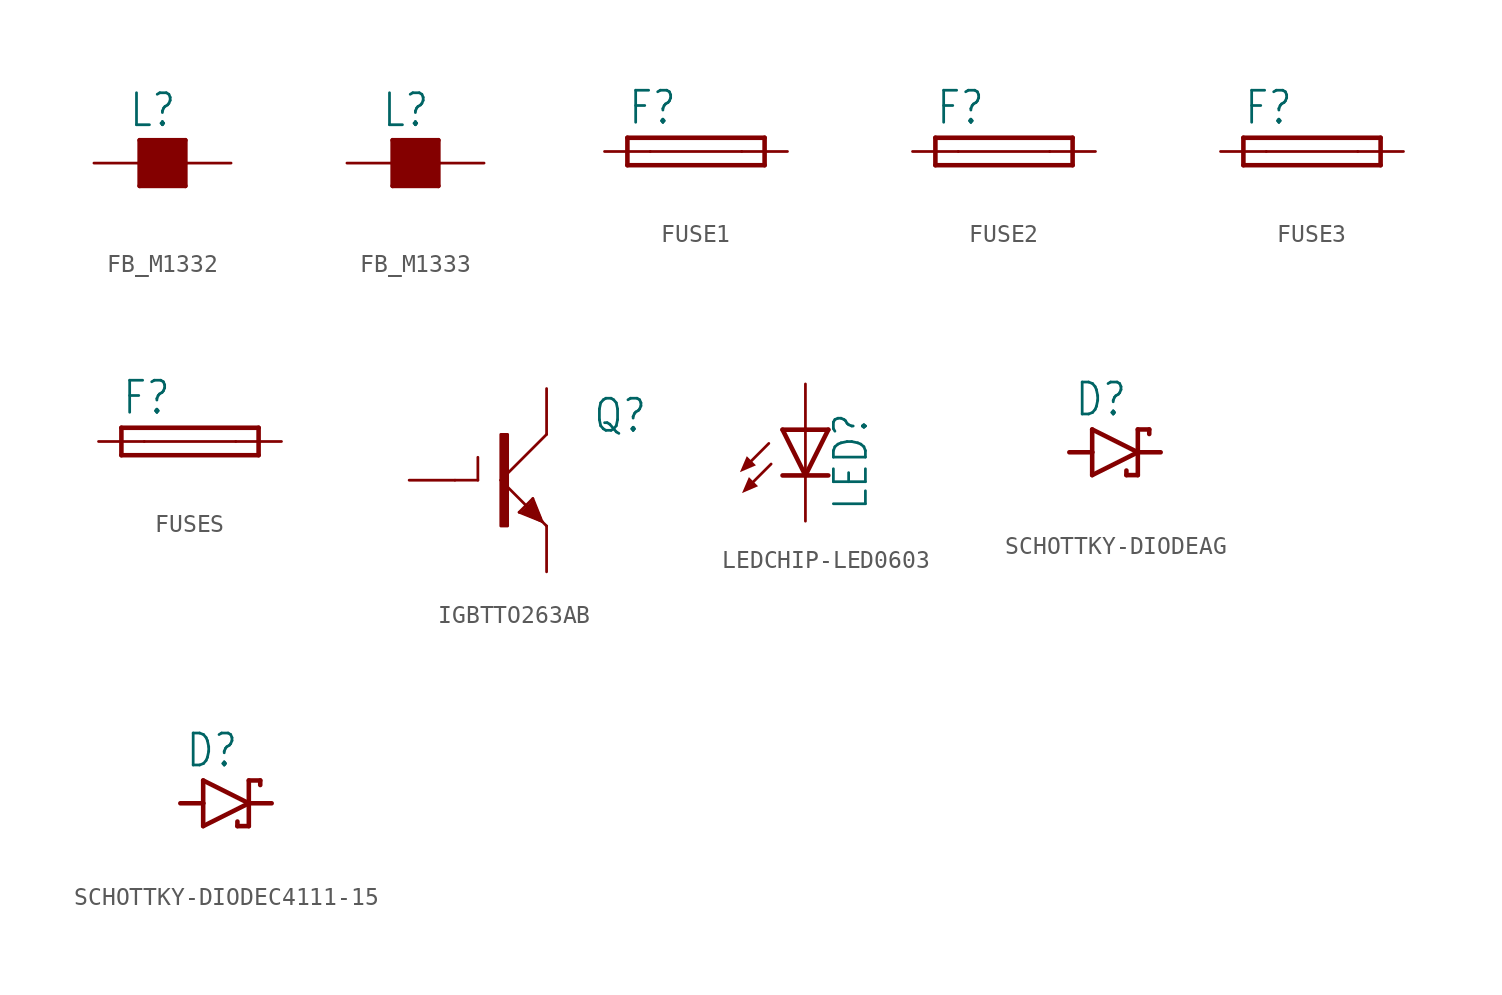
<source format=kicad_sym>
(kicad_symbol_lib
  (version 20241209)
  (generator "kicad_symbol_editor")
  (generator_version "9.0")
  (symbol "FB_M1332"
    (property "Reference" "L"
      (at -0.635 1.905 0)
      (effects (font (size 1.778 1.511)) (justify left bottom)))
    (property "Value" ""
      (at -2.54 -3.81 0)
      (effects (font (size 1.778 1.511)) (justify left bottom)))
    (property "ki_locked" ""
      (at 0 0 0)
      (effects (font (size 1.27 1.27))))
    (symbol "FB_M1332_1_0"
      (polyline (pts (xy 0 1.27) (xy 2.54 1.27)) (stroke (width 0.254) (type solid)) (fill (type none)))
      (polyline (pts (xy 0 0) (xy 0 1.27)) (stroke (width 0.254) (type solid)) (fill (type none)))
      (polyline (pts (xy 0 0) (xy 2.54 0)) (stroke (width 0.152) (type solid)) (fill (type none)))
      (polyline (pts (xy 0 -1.27) (xy 0 0)) (stroke (width 0.254) (type solid)) (fill (type none)))
      (rectangle (start 0 -1.27) (end 2.54 1.27) (stroke (width 0) (type default)) (fill (type outline)))
      (polyline (pts (xy 2.54 1.27) (xy 2.54 0)) (stroke (width 0.254) (type solid)) (fill (type none)))
      (polyline (pts (xy 2.54 0) (xy 2.54 -1.27)) (stroke (width 0.254) (type solid)) (fill (type none)))
      (polyline (pts (xy 2.54 -1.27) (xy 0 -1.27)) (stroke (width 0.254) (type solid)) (fill (type none)))
      (pin passive line (at -2.54 0 0) (length 2.54) (name "1" (effects (font (size 0 0)))) (number "1" (effects (font (size 0 0)))))
      (pin passive line (at 5.08 0 180) (length 2.54) (name "2" (effects (font (size 0 0)))) (number "2" (effects (font (size 0 0)))))))
  (symbol "FB_M1333"
    (property "Reference" "L"
      (at -0.635 1.905 0)
      (effects (font (size 1.778 1.511)) (justify left bottom)))
    (property "Value" ""
      (at -2.54 -3.81 0)
      (effects (font (size 1.778 1.511)) (justify left bottom)))
    (property "ki_locked" ""
      (at 0 0 0)
      (effects (font (size 1.27 1.27))))
    (symbol "FB_M1333_1_0"
      (polyline (pts (xy 0 1.27) (xy 2.54 1.27)) (stroke (width 0.254) (type solid)) (fill (type none)))
      (polyline (pts (xy 0 0) (xy 0 1.27)) (stroke (width 0.254) (type solid)) (fill (type none)))
      (polyline (pts (xy 0 0) (xy 2.54 0)) (stroke (width 0.152) (type solid)) (fill (type none)))
      (polyline (pts (xy 0 -1.27) (xy 0 0)) (stroke (width 0.254) (type solid)) (fill (type none)))
      (rectangle (start 0 -1.27) (end 2.54 1.27) (stroke (width 0) (type default)) (fill (type outline)))
      (polyline (pts (xy 2.54 1.27) (xy 2.54 0)) (stroke (width 0.254) (type solid)) (fill (type none)))
      (polyline (pts (xy 2.54 0) (xy 2.54 -1.27)) (stroke (width 0.254) (type solid)) (fill (type none)))
      (polyline (pts (xy 2.54 -1.27) (xy 0 -1.27)) (stroke (width 0.254) (type solid)) (fill (type none)))
      (pin passive line (at -2.54 0 0) (length 2.54) (name "1" (effects (font (size 0 0)))) (number "1" (effects (font (size 0 0)))))
      (pin passive line (at 5.08 0 180) (length 2.54) (name "2" (effects (font (size 0 0)))) (number "2" (effects (font (size 0 0)))))))
  (symbol "FUSE1"
    (property "Reference" "F"
      (at -3.81 1.397 0)
      (effects (font (size 1.778 1.511)) (justify left bottom)))
    (property "Value" ""
      (at -3.81 -2.921 0)
      (effects (font (size 1.778 1.511)) (justify left bottom)))
    (property "ki_locked" ""
      (at 0 0 0)
      (effects (font (size 1.27 1.27))))
    (symbol "FUSE1_1_0"
      (polyline (pts (xy -3.81 0.762) (xy -3.81 -0.762)) (stroke (width 0.254) (type solid)) (fill (type none)))
      (polyline (pts (xy -3.81 -0.762) (xy 3.81 -0.762)) (stroke (width 0.254) (type solid)) (fill (type none)))
      (polyline (pts (xy -2.54 0) (xy 2.54 0)) (stroke (width 0.152) (type solid)) (fill (type none)))
      (polyline (pts (xy 3.81 0.762) (xy -3.81 0.762)) (stroke (width 0.254) (type solid)) (fill (type none)))
      (polyline (pts (xy 3.81 -0.762) (xy 3.81 0.762)) (stroke (width 0.254) (type solid)) (fill (type none)))
      (pin passive line (at -5.08 0 0) (length 2.54) (name "1" (effects (font (size 0 0)))) (number "P$1" (effects (font (size 0 0)))))
      (pin passive line (at 5.08 0 180) (length 2.54) (name "2" (effects (font (size 0 0)))) (number "P$2" (effects (font (size 0 0)))))))
  (symbol "FUSE2"
    (property "Reference" "F"
      (at -3.81 1.397 0)
      (effects (font (size 1.778 1.511)) (justify left bottom)))
    (property "Value" ""
      (at -3.81 -2.921 0)
      (effects (font (size 1.778 1.511)) (justify left bottom)))
    (property "ki_locked" ""
      (at 0 0 0)
      (effects (font (size 1.27 1.27))))
    (symbol "FUSE2_1_0"
      (polyline (pts (xy -3.81 0.762) (xy -3.81 -0.762)) (stroke (width 0.254) (type solid)) (fill (type none)))
      (polyline (pts (xy -3.81 -0.762) (xy 3.81 -0.762)) (stroke (width 0.254) (type solid)) (fill (type none)))
      (polyline (pts (xy -2.54 0) (xy 2.54 0)) (stroke (width 0.152) (type solid)) (fill (type none)))
      (polyline (pts (xy 3.81 0.762) (xy -3.81 0.762)) (stroke (width 0.254) (type solid)) (fill (type none)))
      (polyline (pts (xy 3.81 -0.762) (xy 3.81 0.762)) (stroke (width 0.254) (type solid)) (fill (type none)))
      (pin passive line (at -5.08 0 0) (length 2.54) (name "1" (effects (font (size 0 0)))) (number "P$1" (effects (font (size 0 0)))))
      (pin passive line (at 5.08 0 180) (length 2.54) (name "2" (effects (font (size 0 0)))) (number "P$2" (effects (font (size 0 0)))))))
  (symbol "FUSE3"
    (property "Reference" "F"
      (at -3.81 1.397 0)
      (effects (font (size 1.778 1.511)) (justify left bottom)))
    (property "Value" ""
      (at -3.81 -2.921 0)
      (effects (font (size 1.778 1.511)) (justify left bottom)))
    (property "ki_locked" ""
      (at 0 0 0)
      (effects (font (size 1.27 1.27))))
    (symbol "FUSE3_1_0"
      (polyline (pts (xy -3.81 0.762) (xy -3.81 -0.762)) (stroke (width 0.254) (type solid)) (fill (type none)))
      (polyline (pts (xy -3.81 -0.762) (xy 3.81 -0.762)) (stroke (width 0.254) (type solid)) (fill (type none)))
      (polyline (pts (xy -2.54 0) (xy 2.54 0)) (stroke (width 0.152) (type solid)) (fill (type none)))
      (polyline (pts (xy 3.81 0.762) (xy -3.81 0.762)) (stroke (width 0.254) (type solid)) (fill (type none)))
      (polyline (pts (xy 3.81 -0.762) (xy 3.81 0.762)) (stroke (width 0.254) (type solid)) (fill (type none)))
      (pin passive line (at -5.08 0 0) (length 2.54) (name "1" (effects (font (size 0 0)))) (number "1A" (effects (font (size 0 0)))))
      (pin passive line (at 5.08 0 180) (length 2.54) (name "2" (effects (font (size 0 0)))) (number "2B" (effects (font (size 0 0)))))))
  (symbol "FUSES"
    (property "Reference" "F"
      (at -3.81 1.397 0)
      (effects (font (size 1.778 1.511)) (justify left bottom)))
    (property "Value" ""
      (at -3.81 -2.921 0)
      (effects (font (size 1.778 1.511)) (justify left bottom)))
    (property "ki_locked" ""
      (at 0 0 0)
      (effects (font (size 1.27 1.27))))
    (symbol "FUSES_1_0"
      (polyline (pts (xy -3.81 0.762) (xy -3.81 -0.762)) (stroke (width 0.254) (type solid)) (fill (type none)))
      (polyline (pts (xy -3.81 -0.762) (xy 3.81 -0.762)) (stroke (width 0.254) (type solid)) (fill (type none)))
      (polyline (pts (xy -2.54 0) (xy 2.54 0)) (stroke (width 0.152) (type solid)) (fill (type none)))
      (polyline (pts (xy 3.81 0.762) (xy -3.81 0.762)) (stroke (width 0.254) (type solid)) (fill (type none)))
      (polyline (pts (xy 3.81 -0.762) (xy 3.81 0.762)) (stroke (width 0.254) (type solid)) (fill (type none)))
      (pin passive line (at -5.08 0 0) (length 2.54) (name "1" (effects (font (size 0 0)))) (number "1" (effects (font (size 0 0)))))
      (pin passive line (at 5.08 0 180) (length 2.54) (name "2" (effects (font (size 0 0)))) (number "2" (effects (font (size 0 0)))))))
  (symbol "IGBTTO263AB"
    (property "Reference" "Q"
      (at 5.08 2.54 0)
      (effects (font (size 1.778 1.511)) (justify left bottom)))
    (property "Value" ""
      (at 5.08 0 0)
      (effects (font (size 1.778 1.511)) (justify left bottom)))
    (property "ki_locked" ""
      (at 0 0 0)
      (effects (font (size 1.27 1.27))))
    (symbol "IGBTTO263AB_1_0"
      (polyline (pts (xy -2.54 0) (xy -1.27 0)) (stroke (width 0.152) (type solid)) (fill (type none)))
      (polyline (pts (xy -1.27 0) (xy -1.27 1.27)) (stroke (width 0.152) (type solid)) (fill (type none)))
      (polyline (pts (xy 0 0) (xy 1.524 -1.524)) (stroke (width 0.152) (type solid)) (fill (type none)))
      (rectangle (start 0 -2.54) (end 0.381 2.54) (stroke (width 0) (type default)) (fill (type outline)))
      (polyline (pts (xy 1.016 -1.778) (xy 1.778 -1.016)) (stroke (width 0.152) (type solid)) (fill (type none)))
      (polyline (pts (xy 1.27 -1.778) (xy 2.159 -2.159)) (stroke (width 0.254) (type solid)) (fill (type none)))
      (polyline (pts (xy 1.524 -1.524) (xy 1.27 -1.778)) (stroke (width 0.254) (type solid)) (fill (type none)))
      (polyline (pts (xy 1.524 -1.778) (xy 1.778 -1.524)) (stroke (width 0.254) (type solid)) (fill (type none)))
      (polyline (pts (xy 1.778 -1.016) (xy 2.286 -2.286)) (stroke (width 0.152) (type solid)) (fill (type none)))
      (polyline (pts (xy 1.778 -1.27) (xy 1.524 -1.524)) (stroke (width 0.254) (type solid)) (fill (type none)))
      (polyline (pts (xy 2.159 -2.159) (xy 1.524 -1.524)) (stroke (width 0.254) (type solid)) (fill (type none)))
      (polyline (pts (xy 2.159 -2.159) (xy 1.778 -1.27)) (stroke (width 0.254) (type solid)) (fill (type none)))
      (polyline (pts (xy 2.159 -2.159) (xy 2.286 -2.286)) (stroke (width 0.152) (type solid)) (fill (type none)))
      (polyline (pts (xy 2.286 -2.286) (xy 1.016 -1.778)) (stroke (width 0.152) (type solid)) (fill (type none)))
      (polyline (pts (xy 2.286 -2.286) (xy 2.54 -2.54)) (stroke (width 0.152) (type solid)) (fill (type none)))
      (polyline (pts (xy 2.54 2.54) (xy 0 0)) (stroke (width 0.152) (type solid)) (fill (type none)))
      (pin passive line (at -5.08 0 0) (length 2.54) (name "G" (effects (font (size 0 0)))) (number "1" (effects (font (size 0 0)))))
      (pin passive line (at 2.54 5.08 270) (length 2.54) (name "C" (effects (font (size 0 0)))) (number "2" (effects (font (size 0 0)))))
      (pin passive line (at 2.54 -5.08 90) (length 2.54) (name "E" (effects (font (size 0 0)))) (number "3" (effects (font (size 0 0)))))))
  (symbol "LEDCHIP-LED0603"
    (property "Reference" "LED"
      (at 3.556 -4.572 90)
      (effects (font (size 1.778 1.511)) (justify left bottom)))
    (property "Value" ""
      (at 5.715 -4.572 90)
      (effects (font (size 1.778 1.511)) (justify left bottom)))
    (symbol "LEDCHIP-LED0603_1_0"
      (polyline (pts (xy -3.637 -2.359) (xy -2.748 -1.978) (xy -3.256 -1.47)) (stroke (width -0.0001) (type solid)) (fill (type outline)))
      (polyline (pts (xy -3.52 -3.52) (xy -2.631 -3.139) (xy -3.139 -2.631)) (stroke (width -0.0001) (type solid)) (fill (type outline)))
      (polyline (pts (xy -2.032 -0.762) (xy -3.429 -2.159)) (stroke (width 0.152) (type solid)) (fill (type none)))
      (polyline (pts (xy -1.905 -1.905) (xy -3.302 -3.302)) (stroke (width 0.152) (type solid)) (fill (type none)))
      (polyline (pts (xy 0 0) (xy -1.27 0)) (stroke (width 0.254) (type solid)) (fill (type none)))
      (polyline (pts (xy 0 0) (xy 0 -2.54)) (stroke (width 0.152) (type solid)) (fill (type none)))
      (polyline (pts (xy 0 -2.54) (xy -1.27 0)) (stroke (width 0.254) (type solid)) (fill (type none)))
      (polyline (pts (xy 0 -2.54) (xy -1.27 -2.54)) (stroke (width 0.254) (type solid)) (fill (type none)))
      (polyline (pts (xy 1.27 0) (xy 0 0)) (stroke (width 0.254) (type solid)) (fill (type none)))
      (polyline (pts (xy 1.27 0) (xy 0 -2.54)) (stroke (width 0.254) (type solid)) (fill (type none)))
      (polyline (pts (xy 1.27 -2.54) (xy 0 -2.54)) (stroke (width 0.254) (type solid)) (fill (type none)))
      (pin passive line (at 0 2.54 270) (length 2.54) (name "A" (effects (font (size 0 0)))) (number "A" (effects (font (size 0 0)))))
      (pin passive line (at 0 -5.08 90) (length 2.54) (name "C" (effects (font (size 0 0)))) (number "C" (effects (font (size 0 0)))))))
  (symbol "SCHOTTKY-DIODEAG"
    (property "Reference" "D"
      (at -2.286 1.905 0)
      (effects (font (size 1.778 1.511)) (justify left bottom)))
    (property "Value" ""
      (at -2.286 -3.429 0)
      (effects (font (size 1.778 1.511)) (justify left bottom)))
    (property "ki_locked" ""
      (at 0 0 0)
      (effects (font (size 1.27 1.27))))
    (symbol "SCHOTTKY-DIODEAG_1_0"
      (polyline (pts (xy -1.27 1.27) (xy -1.27 0)) (stroke (width 0.254) (type solid)) (fill (type none)))
      (polyline (pts (xy -1.27 0) (xy -2.54 0)) (stroke (width 0.254) (type solid)) (fill (type none)))
      (polyline (pts (xy -1.27 0) (xy -1.27 -1.27)) (stroke (width 0.254) (type solid)) (fill (type none)))
      (polyline (pts (xy -1.27 -1.27) (xy 1.27 0)) (stroke (width 0.254) (type solid)) (fill (type none)))
      (polyline (pts (xy 0.635 -1.016) (xy 0.635 -1.27)) (stroke (width 0.254) (type solid)) (fill (type none)))
      (polyline (pts (xy 1.27 1.27) (xy 1.27 0)) (stroke (width 0.254) (type solid)) (fill (type none)))
      (polyline (pts (xy 1.27 0) (xy -1.27 1.27)) (stroke (width 0.254) (type solid)) (fill (type none)))
      (polyline (pts (xy 1.27 0) (xy 1.27 -1.27)) (stroke (width 0.254) (type solid)) (fill (type none)))
      (polyline (pts (xy 1.27 0) (xy 2.54 0)) (stroke (width 0.254) (type solid)) (fill (type none)))
      (polyline (pts (xy 1.27 -1.27) (xy 0.635 -1.27)) (stroke (width 0.254) (type solid)) (fill (type none)))
      (polyline (pts (xy 1.905 1.27) (xy 1.27 1.27)) (stroke (width 0.254) (type solid)) (fill (type none)))
      (polyline (pts (xy 1.905 1.27) (xy 1.905 1.016)) (stroke (width 0.254) (type solid)) (fill (type none)))
      (pin passive line (at -2.54 0 0) (length 0) (name "A" (effects (font (size 0 0)))) (number "A" (effects (font (size 0 0)))))
      (pin passive line (at 2.54 0 180) (length 0) (name "C" (effects (font (size 0 0)))) (number "C" (effects (font (size 0 0)))))))
  (symbol "SCHOTTKY-DIODEC4111-15"
    (property "Reference" "D"
      (at -2.286 1.905 0)
      (effects (font (size 1.778 1.511)) (justify left bottom)))
    (property "Value" ""
      (at -2.286 -3.429 0)
      (effects (font (size 1.778 1.511)) (justify left bottom)))
    (property "ki_locked" ""
      (at 0 0 0)
      (effects (font (size 1.27 1.27))))
    (symbol "SCHOTTKY-DIODEC4111-15_1_0"
      (polyline (pts (xy -1.27 1.27) (xy -1.27 0)) (stroke (width 0.254) (type solid)) (fill (type none)))
      (polyline (pts (xy -1.27 0) (xy -2.54 0)) (stroke (width 0.254) (type solid)) (fill (type none)))
      (polyline (pts (xy -1.27 0) (xy -1.27 -1.27)) (stroke (width 0.254) (type solid)) (fill (type none)))
      (polyline (pts (xy -1.27 -1.27) (xy 1.27 0)) (stroke (width 0.254) (type solid)) (fill (type none)))
      (polyline (pts (xy 0.635 -1.016) (xy 0.635 -1.27)) (stroke (width 0.254) (type solid)) (fill (type none)))
      (polyline (pts (xy 1.27 1.27) (xy 1.27 0)) (stroke (width 0.254) (type solid)) (fill (type none)))
      (polyline (pts (xy 1.27 0) (xy -1.27 1.27)) (stroke (width 0.254) (type solid)) (fill (type none)))
      (polyline (pts (xy 1.27 0) (xy 1.27 -1.27)) (stroke (width 0.254) (type solid)) (fill (type none)))
      (polyline (pts (xy 1.27 0) (xy 2.54 0)) (stroke (width 0.254) (type solid)) (fill (type none)))
      (polyline (pts (xy 1.27 -1.27) (xy 0.635 -1.27)) (stroke (width 0.254) (type solid)) (fill (type none)))
      (polyline (pts (xy 1.905 1.27) (xy 1.27 1.27)) (stroke (width 0.254) (type solid)) (fill (type none)))
      (polyline (pts (xy 1.905 1.27) (xy 1.905 1.016)) (stroke (width 0.254) (type solid)) (fill (type none)))
      (pin passive line (at -2.54 0 0) (length 0) (name "A" (effects (font (size 0 0)))) (number "A" (effects (font (size 0 0)))))
      (pin passive line (at 2.54 0 180) (length 0) (name "C" (effects (font (size 0 0)))) (number "C" (effects (font (size 0 0))))))))
</source>
